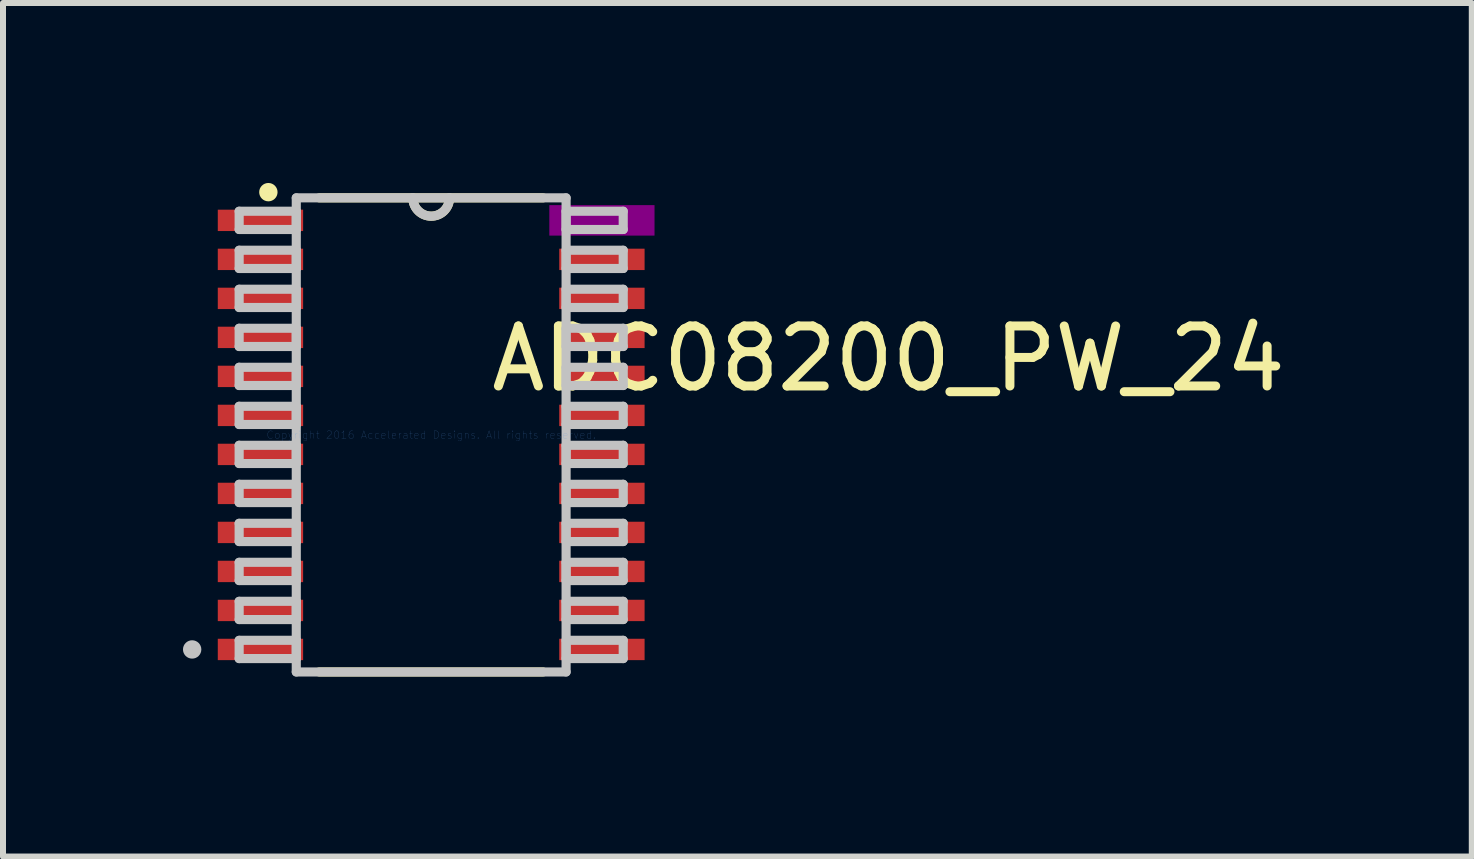
<source format=kicad_pcb>
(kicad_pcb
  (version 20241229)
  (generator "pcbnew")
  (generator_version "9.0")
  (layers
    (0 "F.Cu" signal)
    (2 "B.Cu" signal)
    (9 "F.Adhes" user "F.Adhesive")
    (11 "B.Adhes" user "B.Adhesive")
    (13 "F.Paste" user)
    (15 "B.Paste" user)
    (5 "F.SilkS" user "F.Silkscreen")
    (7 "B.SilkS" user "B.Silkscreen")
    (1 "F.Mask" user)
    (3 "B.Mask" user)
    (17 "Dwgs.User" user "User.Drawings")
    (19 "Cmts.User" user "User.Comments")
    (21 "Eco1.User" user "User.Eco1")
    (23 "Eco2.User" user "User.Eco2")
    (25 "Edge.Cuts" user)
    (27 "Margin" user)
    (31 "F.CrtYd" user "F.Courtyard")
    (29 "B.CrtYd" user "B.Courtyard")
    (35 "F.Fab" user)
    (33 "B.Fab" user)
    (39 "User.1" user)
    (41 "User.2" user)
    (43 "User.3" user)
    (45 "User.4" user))
  (footprint "ADC08200_PW_24"
    (layer "F.Cu")
    (at 4.135 4.197)
    (property "Reference" "ADC08200_PW_24" (at 7.62 -1.27 0) (layer "F.SilkS") (effects (font (size 1 1) (thickness 0.15))))
    (attr through_hole)
    (fp_line (start -1.865 3.95) (end 1.865 3.95) (stroke (width 0.152) (type solid)) (layer "F.SilkS"))
    (fp_line (start 1.865 -3.95) (end -1.865 -3.95) (stroke (width 0.152) (type solid)) (layer "F.SilkS"))
    (fp_arc (start 0.3048 -3.9497) (mid 0 -3.6449) (end -0.3048 -3.9497) (stroke (width 0.1524) (type solid)) (layer "F.SilkS"))
    (fp_circle (center -2.713 -4.045) (end -2.636 -4.045) (stroke (width 0.152) (type solid)) (fill no) (layer "F.SilkS"))
    (fp_line (start -3.2 -3.727) (end -3.2 -3.423) (stroke (width 0.152) (type solid)) (layer "Dwgs.User"))
    (fp_line (start -3.2 -3.423) (end -2.248 -3.423) (stroke (width 0.152) (type solid)) (layer "Dwgs.User"))
    (fp_line (start -3.2 -3.077) (end -3.2 -2.773) (stroke (width 0.152) (type solid)) (layer "Dwgs.User"))
    (fp_line (start -3.2 -2.773) (end -2.248 -2.773) (stroke (width 0.152) (type solid)) (layer "Dwgs.User"))
    (fp_line (start -3.2 -2.427) (end -3.2 -2.123) (stroke (width 0.152) (type solid)) (layer "Dwgs.User"))
    (fp_line (start -3.2 -2.123) (end -2.248 -2.123) (stroke (width 0.152) (type solid)) (layer "Dwgs.User"))
    (fp_line (start -3.2 -1.777) (end -3.2 -1.473) (stroke (width 0.152) (type solid)) (layer "Dwgs.User"))
    (fp_line (start -3.2 -1.473) (end -2.248 -1.473) (stroke (width 0.152) (type solid)) (layer "Dwgs.User"))
    (fp_line (start -3.2 -1.127) (end -3.2 -0.823) (stroke (width 0.152) (type solid)) (layer "Dwgs.User"))
    (fp_line (start -3.2 -0.823) (end -2.248 -0.823) (stroke (width 0.152) (type solid)) (layer "Dwgs.User"))
    (fp_line (start -3.2 -0.477) (end -3.2 -0.173) (stroke (width 0.152) (type solid)) (layer "Dwgs.User"))
    (fp_line (start -3.2 -0.173) (end -2.248 -0.173) (stroke (width 0.152) (type solid)) (layer "Dwgs.User"))
    (fp_line (start -3.2 0.173) (end -3.2 0.477) (stroke (width 0.152) (type solid)) (layer "Dwgs.User"))
    (fp_line (start -3.2 0.477) (end -2.248 0.477) (stroke (width 0.152) (type solid)) (layer "Dwgs.User"))
    (fp_line (start -3.2 0.823) (end -3.2 1.127) (stroke (width 0.152) (type solid)) (layer "Dwgs.User"))
    (fp_line (start -3.2 1.127) (end -2.248 1.127) (stroke (width 0.152) (type solid)) (layer "Dwgs.User"))
    (fp_line (start -3.2 1.473) (end -3.2 1.777) (stroke (width 0.152) (type solid)) (layer "Dwgs.User"))
    (fp_line (start -3.2 1.777) (end -2.248 1.777) (stroke (width 0.152) (type solid)) (layer "Dwgs.User"))
    (fp_line (start -3.2 2.123) (end -3.2 2.427) (stroke (width 0.152) (type solid)) (layer "Dwgs.User"))
    (fp_line (start -3.2 2.427) (end -2.248 2.427) (stroke (width 0.152) (type solid)) (layer "Dwgs.User"))
    (fp_line (start -3.2 2.773) (end -3.2 3.077) (stroke (width 0.152) (type solid)) (layer "Dwgs.User"))
    (fp_line (start -3.2 3.077) (end -2.248 3.077) (stroke (width 0.152) (type solid)) (layer "Dwgs.User"))
    (fp_line (start -3.2 3.423) (end -3.2 3.727) (stroke (width 0.152) (type solid)) (layer "Dwgs.User"))
    (fp_line (start -3.2 3.727) (end -2.248 3.727) (stroke (width 0.152) (type solid)) (layer "Dwgs.User"))
    (fp_line (start -2.248 -3.95) (end -2.248 3.95) (stroke (width 0.152) (type solid)) (layer "Dwgs.User"))
    (fp_line (start -2.248 -3.727) (end -3.2 -3.727) (stroke (width 0.152) (type solid)) (layer "Dwgs.User"))
    (fp_line (start -2.248 -3.423) (end -2.248 -3.727) (stroke (width 0.152) (type solid)) (layer "Dwgs.User"))
    (fp_line (start -2.248 -3.077) (end -3.2 -3.077) (stroke (width 0.152) (type solid)) (layer "Dwgs.User"))
    (fp_line (start -2.248 -2.773) (end -2.248 -3.077) (stroke (width 0.152) (type solid)) (layer "Dwgs.User"))
    (fp_line (start -2.248 -2.427) (end -3.2 -2.427) (stroke (width 0.152) (type solid)) (layer "Dwgs.User"))
    (fp_line (start -2.248 -2.123) (end -2.248 -2.427) (stroke (width 0.152) (type solid)) (layer "Dwgs.User"))
    (fp_line (start -2.248 -1.777) (end -3.2 -1.777) (stroke (width 0.152) (type solid)) (layer "Dwgs.User"))
    (fp_line (start -2.248 -1.473) (end -2.248 -1.777) (stroke (width 0.152) (type solid)) (layer "Dwgs.User"))
    (fp_line (start -2.248 -1.127) (end -3.2 -1.127) (stroke (width 0.152) (type solid)) (layer "Dwgs.User"))
    (fp_line (start -2.248 -0.823) (end -2.248 -1.127) (stroke (width 0.152) (type solid)) (layer "Dwgs.User"))
    (fp_line (start -2.248 -0.477) (end -3.2 -0.477) (stroke (width 0.152) (type solid)) (layer "Dwgs.User"))
    (fp_line (start -2.248 -0.173) (end -2.248 -0.477) (stroke (width 0.152) (type solid)) (layer "Dwgs.User"))
    (fp_line (start -2.248 0.173) (end -3.2 0.173) (stroke (width 0.152) (type solid)) (layer "Dwgs.User"))
    (fp_line (start -2.248 0.477) (end -2.248 0.173) (stroke (width 0.152) (type solid)) (layer "Dwgs.User"))
    (fp_line (start -2.248 0.823) (end -3.2 0.823) (stroke (width 0.152) (type solid)) (layer "Dwgs.User"))
    (fp_line (start -2.248 1.127) (end -2.248 0.823) (stroke (width 0.152) (type solid)) (layer "Dwgs.User"))
    (fp_line (start -2.248 1.473) (end -3.2 1.473) (stroke (width 0.152) (type solid)) (layer "Dwgs.User"))
    (fp_line (start -2.248 1.777) (end -2.248 1.473) (stroke (width 0.152) (type solid)) (layer "Dwgs.User"))
    (fp_line (start -2.248 2.123) (end -3.2 2.123) (stroke (width 0.152) (type solid)) (layer "Dwgs.User"))
    (fp_line (start -2.248 2.427) (end -2.248 2.123) (stroke (width 0.152) (type solid)) (layer "Dwgs.User"))
    (fp_line (start -2.248 2.773) (end -3.2 2.773) (stroke (width 0.152) (type solid)) (layer "Dwgs.User"))
    (fp_line (start -2.248 3.077) (end -2.248 2.773) (stroke (width 0.152) (type solid)) (layer "Dwgs.User"))
    (fp_line (start -2.248 3.423) (end -3.2 3.423) (stroke (width 0.152) (type solid)) (layer "Dwgs.User"))
    (fp_line (start -2.248 3.727) (end -2.248 3.423) (stroke (width 0.152) (type solid)) (layer "Dwgs.User"))
    (fp_line (start -2.248 3.95) (end 2.248 3.95) (stroke (width 0.152) (type solid)) (layer "Dwgs.User"))
    (fp_line (start 2.248 -3.95) (end -2.248 -3.95) (stroke (width 0.152) (type solid)) (layer "Dwgs.User"))
    (fp_line (start 2.248 -3.727) (end 2.248 -3.423) (stroke (width 0.152) (type solid)) (layer "Dwgs.User"))
    (fp_line (start 2.248 -3.423) (end 3.2 -3.423) (stroke (width 0.152) (type solid)) (layer "Dwgs.User"))
    (fp_line (start 2.248 -3.077) (end 2.248 -2.773) (stroke (width 0.152) (type solid)) (layer "Dwgs.User"))
    (fp_line (start 2.248 -2.773) (end 3.2 -2.773) (stroke (width 0.152) (type solid)) (layer "Dwgs.User"))
    (fp_line (start 2.248 -2.427) (end 2.248 -2.123) (stroke (width 0.152) (type solid)) (layer "Dwgs.User"))
    (fp_line (start 2.248 -2.123) (end 3.2 -2.123) (stroke (width 0.152) (type solid)) (layer "Dwgs.User"))
    (fp_line (start 2.248 -1.777) (end 2.248 -1.473) (stroke (width 0.152) (type solid)) (layer "Dwgs.User"))
    (fp_line (start 2.248 -1.473) (end 3.2 -1.473) (stroke (width 0.152) (type solid)) (layer "Dwgs.User"))
    (fp_line (start 2.248 -1.127) (end 2.248 -0.823) (stroke (width 0.152) (type solid)) (layer "Dwgs.User"))
    (fp_line (start 2.248 -0.823) (end 3.2 -0.823) (stroke (width 0.152) (type solid)) (layer "Dwgs.User"))
    (fp_line (start 2.248 -0.477) (end 2.248 -0.173) (stroke (width 0.152) (type solid)) (layer "Dwgs.User"))
    (fp_line (start 2.248 -0.173) (end 3.2 -0.173) (stroke (width 0.152) (type solid)) (layer "Dwgs.User"))
    (fp_line (start 2.248 0.173) (end 2.248 0.477) (stroke (width 0.152) (type solid)) (layer "Dwgs.User"))
    (fp_line (start 2.248 0.477) (end 3.2 0.477) (stroke (width 0.152) (type solid)) (layer "Dwgs.User"))
    (fp_line (start 2.248 0.823) (end 2.248 1.127) (stroke (width 0.152) (type solid)) (layer "Dwgs.User"))
    (fp_line (start 2.248 1.127) (end 3.2 1.127) (stroke (width 0.152) (type solid)) (layer "Dwgs.User"))
    (fp_line (start 2.248 1.473) (end 2.248 1.777) (stroke (width 0.152) (type solid)) (layer "Dwgs.User"))
    (fp_line (start 2.248 1.777) (end 3.2 1.777) (stroke (width 0.152) (type solid)) (layer "Dwgs.User"))
    (fp_line (start 2.248 2.123) (end 2.248 2.427) (stroke (width 0.152) (type solid)) (layer "Dwgs.User"))
    (fp_line (start 2.248 2.427) (end 3.2 2.427) (stroke (width 0.152) (type solid)) (layer "Dwgs.User"))
    (fp_line (start 2.248 2.773) (end 2.248 3.077) (stroke (width 0.152) (type solid)) (layer "Dwgs.User"))
    (fp_line (start 2.248 3.077) (end 3.2 3.077) (stroke (width 0.152) (type solid)) (layer "Dwgs.User"))
    (fp_line (start 2.248 3.423) (end 2.248 3.727) (stroke (width 0.152) (type solid)) (layer "Dwgs.User"))
    (fp_line (start 2.248 3.727) (end 3.2 3.727) (stroke (width 0.152) (type solid)) (layer "Dwgs.User"))
    (fp_line (start 2.248 3.95) (end 2.248 -3.95) (stroke (width 0.152) (type solid)) (layer "Dwgs.User"))
    (fp_line (start 3.2 -3.727) (end 2.248 -3.727) (stroke (width 0.152) (type solid)) (layer "Dwgs.User"))
    (fp_line (start 3.2 -3.423) (end 3.2 -3.727) (stroke (width 0.152) (type solid)) (layer "Dwgs.User"))
    (fp_line (start 3.2 -3.077) (end 2.248 -3.077) (stroke (width 0.152) (type solid)) (layer "Dwgs.User"))
    (fp_line (start 3.2 -2.773) (end 3.2 -3.077) (stroke (width 0.152) (type solid)) (layer "Dwgs.User"))
    (fp_line (start 3.2 -2.427) (end 2.248 -2.427) (stroke (width 0.152) (type solid)) (layer "Dwgs.User"))
    (fp_line (start 3.2 -2.123) (end 3.2 -2.427) (stroke (width 0.152) (type solid)) (layer "Dwgs.User"))
    (fp_line (start 3.2 -1.777) (end 2.248 -1.777) (stroke (width 0.152) (type solid)) (layer "Dwgs.User"))
    (fp_line (start 3.2 -1.473) (end 3.2 -1.777) (stroke (width 0.152) (type solid)) (layer "Dwgs.User"))
    (fp_line (start 3.2 -1.127) (end 2.248 -1.127) (stroke (width 0.152) (type solid)) (layer "Dwgs.User"))
    (fp_line (start 3.2 -0.823) (end 3.2 -1.127) (stroke (width 0.152) (type solid)) (layer "Dwgs.User"))
    (fp_line (start 3.2 -0.477) (end 2.248 -0.477) (stroke (width 0.152) (type solid)) (layer "Dwgs.User"))
    (fp_line (start 3.2 -0.173) (end 3.2 -0.477) (stroke (width 0.152) (type solid)) (layer "Dwgs.User"))
    (fp_line (start 3.2 0.173) (end 2.248 0.173) (stroke (width 0.152) (type solid)) (layer "Dwgs.User"))
    (fp_line (start 3.2 0.477) (end 3.2 0.173) (stroke (width 0.152) (type solid)) (layer "Dwgs.User"))
    (fp_line (start 3.2 0.823) (end 2.248 0.823) (stroke (width 0.152) (type solid)) (layer "Dwgs.User"))
    (fp_line (start 3.2 1.127) (end 3.2 0.823) (stroke (width 0.152) (type solid)) (layer "Dwgs.User"))
    (fp_line (start 3.2 1.473) (end 2.248 1.473) (stroke (width 0.152) (type solid)) (layer "Dwgs.User"))
    (fp_line (start 3.2 1.777) (end 3.2 1.473) (stroke (width 0.152) (type solid)) (layer "Dwgs.User"))
    (fp_line (start 3.2 2.123) (end 2.248 2.123) (stroke (width 0.152) (type solid)) (layer "Dwgs.User"))
    (fp_line (start 3.2 2.427) (end 3.2 2.123) (stroke (width 0.152) (type solid)) (layer "Dwgs.User"))
    (fp_line (start 3.2 2.773) (end 2.248 2.773) (stroke (width 0.152) (type solid)) (layer "Dwgs.User"))
    (fp_line (start 3.2 3.077) (end 3.2 2.773) (stroke (width 0.152) (type solid)) (layer "Dwgs.User"))
    (fp_line (start 3.2 3.423) (end 2.248 3.423) (stroke (width 0.152) (type solid)) (layer "Dwgs.User"))
    (fp_line (start 3.2 3.727) (end 3.2 3.423) (stroke (width 0.152) (type solid)) (layer "Dwgs.User"))
    (fp_arc (start 0.3048 -3.9497) (mid 0 -3.6449) (end -0.3048 -3.9497) (stroke (width 0.1524) (type solid)) (layer "Dwgs.User"))
    (fp_circle (center -3.983 3.575) (end -3.906 3.575) (stroke (width 0.152) (type solid)) (fill no) (layer "Dwgs.User"))
    (fp_text user "Copyright 2016 Accelerated Designs. All rights reserved." (at 0 0 0) (layer "Cmts.User") (effects (font (size 0.127 0.127) (thickness 0.002))))
    (pad "" smd rect (at -2.845 -3.575) (size 1.753 0.508) (layers "F.Mask"))
    (pad "" smd rect (at -2.845 -2.925) (size 1.753 0.508) (layers "F.Mask"))
    (pad "" smd rect (at -2.845 -2.275) (size 1.753 0.508) (layers "F.Mask"))
    (pad "" smd rect (at -2.845 -1.625) (size 1.753 0.508) (layers "F.Mask"))
    (pad "" smd rect (at -2.845 -0.975) (size 1.753 0.508) (layers "F.Mask"))
    (pad "" smd rect (at -2.845 -0.325) (size 1.753 0.508) (layers "F.Mask"))
    (pad "" smd rect (at -2.845 0.325) (size 1.753 0.508) (layers "F.Mask"))
    (pad "" smd rect (at -2.845 0.975) (size 1.753 0.508) (layers "F.Mask"))
    (pad "" smd rect (at -2.845 1.625) (size 1.753 0.508) (layers "F.Mask"))
    (pad "" smd rect (at -2.845 2.275) (size 1.753 0.508) (layers "F.Mask"))
    (pad "" smd rect (at -2.845 2.925) (size 1.753 0.508) (layers "F.Mask"))
    (pad "" smd rect (at -2.845 3.575) (size 1.753 0.508) (layers "F.Mask"))
    (pad "" smd rect (at 2.845 -3.575) (size 1.753 0.508) (layers "F.Adhes"))
    (pad "" smd rect (at 2.845 -2.925) (size 1.753 0.508) (layers "F.Mask"))
    (pad "" smd rect (at 2.845 -2.275) (size 1.753 0.508) (layers "F.Mask"))
    (pad "" smd rect (at 2.845 -1.625) (size 1.753 0.508) (layers "F.Mask"))
    (pad "" smd rect (at 2.845 -0.975) (size 1.753 0.508) (layers "F.Mask"))
    (pad "" smd rect (at 2.845 -0.325) (size 1.753 0.508) (layers "F.Mask"))
    (pad "" smd rect (at 2.845 0.325) (size 1.753 0.508) (layers "F.Mask"))
    (pad "" smd rect (at 2.845 0.975) (size 1.753 0.508) (layers "F.Mask"))
    (pad "" smd rect (at 2.845 1.625) (size 1.753 0.508) (layers "F.Mask"))
    (pad "" smd rect (at 2.845 2.275) (size 1.753 0.508) (layers "F.Mask"))
    (pad "" smd rect (at 2.845 2.925) (size 1.753 0.508) (layers "F.Mask"))
    (pad "" smd rect (at 2.845 3.575) (size 1.753 0.508) (layers "F.Mask"))
    (pad "1" smd rect (at -2.845 -3.575) (size 1.422 0.356) (layers "F.Cu"))
    (pad "2" smd rect (at -2.845 -2.925) (size 1.422 0.356) (layers "F.Cu"))
    (pad "3" smd rect (at -2.845 -2.275) (size 1.422 0.356) (layers "F.Cu"))
    (pad "4" smd rect (at -2.845 -1.625) (size 1.422 0.356) (layers "F.Cu"))
    (pad "5" smd rect (at -2.845 -0.975) (size 1.422 0.356) (layers "F.Cu"))
    (pad "6" smd rect (at -2.845 -0.325) (size 1.422 0.356) (layers "F.Cu"))
    (pad "7" smd rect (at -2.845 0.325) (size 1.422 0.356) (layers "F.Cu"))
    (pad "8" smd rect (at -2.845 0.975) (size 1.422 0.356) (layers "F.Cu"))
    (pad "9" smd rect (at -2.845 1.625) (size 1.422 0.356) (layers "F.Cu"))
    (pad "10" smd rect (at -2.845 2.275) (size 1.422 0.356) (layers "F.Cu"))
    (pad "11" smd rect (at -2.845 2.925) (size 1.422 0.356) (layers "F.Cu"))
    (pad "12" smd rect (at -2.845 3.575) (size 1.422 0.356) (layers "F.Cu"))
    (pad "13" smd rect (at 2.845 3.575) (size 1.422 0.356) (layers "F.Cu"))
    (pad "14" smd rect (at 2.845 2.925) (size 1.422 0.356) (layers "F.Cu"))
    (pad "15" smd rect (at 2.845 2.275) (size 1.422 0.356) (layers "F.Cu"))
    (pad "16" smd rect (at 2.845 1.625) (size 1.422 0.356) (layers "F.Cu"))
    (pad "17" smd rect (at 2.845 0.975) (size 1.422 0.356) (layers "F.Cu"))
    (pad "18" smd rect (at 2.845 0.325) (size 1.422 0.356) (layers "F.Cu"))
    (pad "19" smd rect (at 2.845 -0.325) (size 1.422 0.356) (layers "F.Cu"))
    (pad "20" smd rect (at 2.845 -0.975) (size 1.422 0.356) (layers "F.Cu"))
    (pad "21" smd rect (at 2.845 -1.625) (size 1.422 0.356) (layers "F.Cu"))
    (pad "22" smd rect (at 2.845 -2.275) (size 1.422 0.356) (layers "F.Cu"))
    (pad "23" smd rect (at 2.845 -2.925) (size 1.422 0.356) (layers "F.Cu"))
    (pad "24" smd rect (at 2.845 -3.575) (size 1.422 0.356) (layers "F.Cu")))
  (gr_rect
    (start -3 -3)
    (end 21.475 11.223)
    (stroke (width 0.1) (type default))
    (fill no)
    (layer "Edge.Cuts")))
</source>
